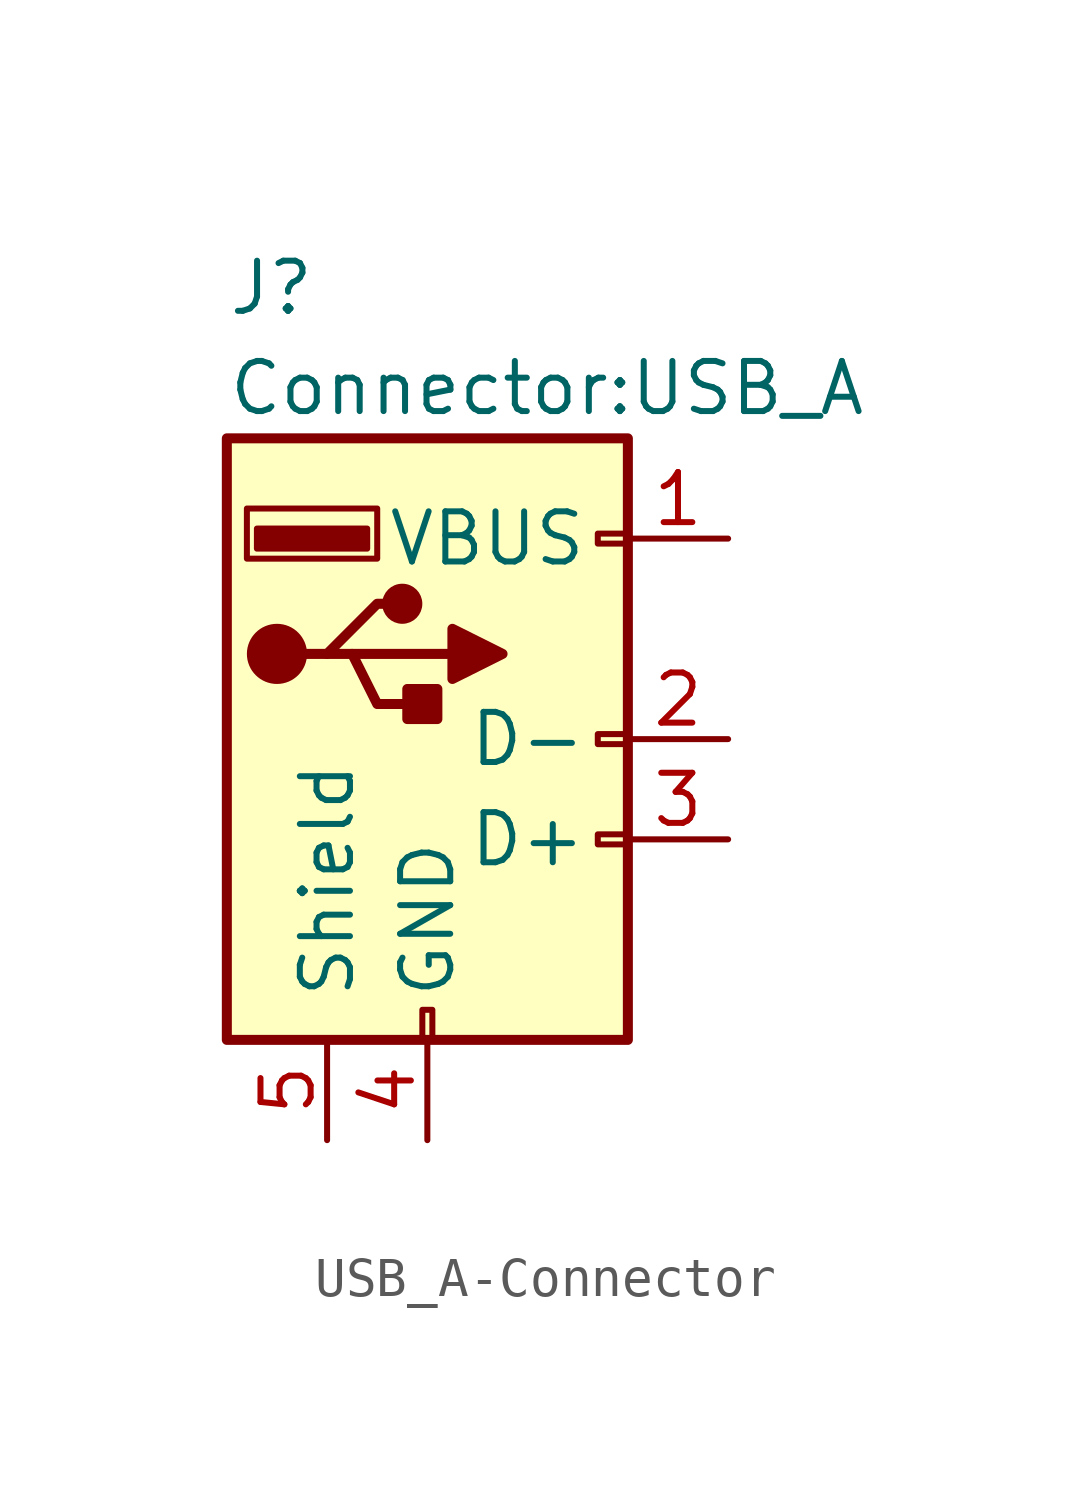
<source format=kicad_sym>
(kicad_symbol_lib
  (version 20231120)
  (generator "kicad_symbol_editor")
  (generator_version "8.0")
  (symbol "USB_A-Connector"
    (pin_names
      (offset 1.016))
    (property "Reference" "J"
      (at -5.08 11.43 0)
      (effects (font (size 1.27 1.27)) (justify left)))
    (property "Value" "Connector:USB_A"
      (at -5.08 8.89 0)
      (effects (font (size 1.27 1.27)) (justify left)))
    (symbol "USB_A-Connector_0_1"
      (rectangle (start -5.08 -7.62) (end 5.08 7.62) (stroke (width 0.254) (type solid)) (fill (type background)))
      (circle (center -3.81 2.159) (radius 0.635) (stroke (width 0.254) (type solid)) (fill (type outline)))
      (rectangle (start -1.524 4.826) (end -4.318 5.334) (stroke (width 0) (type solid)) (fill (type outline)))
      (rectangle (start -1.27 4.572) (end -4.572 5.842) (stroke (width 0) (type solid)) (fill (type none)))
      (circle (center -0.635 3.429) (radius 0.381) (stroke (width 0.254) (type solid)) (fill (type outline)))
      (rectangle (start -0.127 -7.62) (end 0.127 -6.858) (stroke (width 0) (type solid)) (fill (type none)))
      (polyline (pts (xy -3.175 2.159) (xy -2.54 2.159) (xy -1.27 3.429) (xy -0.635 3.429)) (stroke (width 0.254) (type solid)) (fill (type none)))
      (polyline (pts (xy -2.54 2.159) (xy -1.905 2.159) (xy -1.27 0.889) (xy 0 0.889)) (stroke (width 0.254) (type solid)) (fill (type none)))
      (polyline (pts (xy 0.635 2.794) (xy 0.635 1.524) (xy 1.905 2.159) (xy 0.635 2.794)) (stroke (width 0.254) (type solid)) (fill (type outline)))
      (rectangle (start 0.254 1.27) (end -0.508 0.508) (stroke (width 0.254) (type solid)) (fill (type outline)))
      (rectangle (start 5.08 -2.667) (end 4.318 -2.413) (stroke (width 0) (type solid)) (fill (type none)))
      (rectangle (start 5.08 -0.127) (end 4.318 0.127) (stroke (width 0) (type solid)) (fill (type none)))
      (rectangle (start 5.08 4.953) (end 4.318 5.207) (stroke (width 0) (type solid)) (fill (type none))))
    (symbol "USB_A-Connector_1_1"
      (polyline (pts (xy -1.905 2.159) (xy 0.635 2.159)) (stroke (width 0.254) (type solid)) (fill (type none)))
      (pin power_in line (at 7.62 5.08 180) (length 2.54) (name "VBUS" (effects (font (size 1.27 1.27)))) (number "1" (effects (font (size 1.27 1.27)))))
      (pin passive line (at 7.62 0 180) (length 2.54) (name "D-" (effects (font (size 1.27 1.27)))) (number "2" (effects (font (size 1.27 1.27)))))
      (pin passive line (at 7.62 -2.54 180) (length 2.54) (name "D+" (effects (font (size 1.27 1.27)))) (number "3" (effects (font (size 1.27 1.27)))))
      (pin power_in line (at 0 -10.16 90) (length 2.54) (name "GND" (effects (font (size 1.27 1.27)))) (number "4" (effects (font (size 1.27 1.27)))))
      (pin passive line (at -2.54 -10.16 90) (length 2.54) (name "Shield" (effects (font (size 1.27 1.27)))) (number "5" (effects (font (size 1.27 1.27))))))))
</source>
